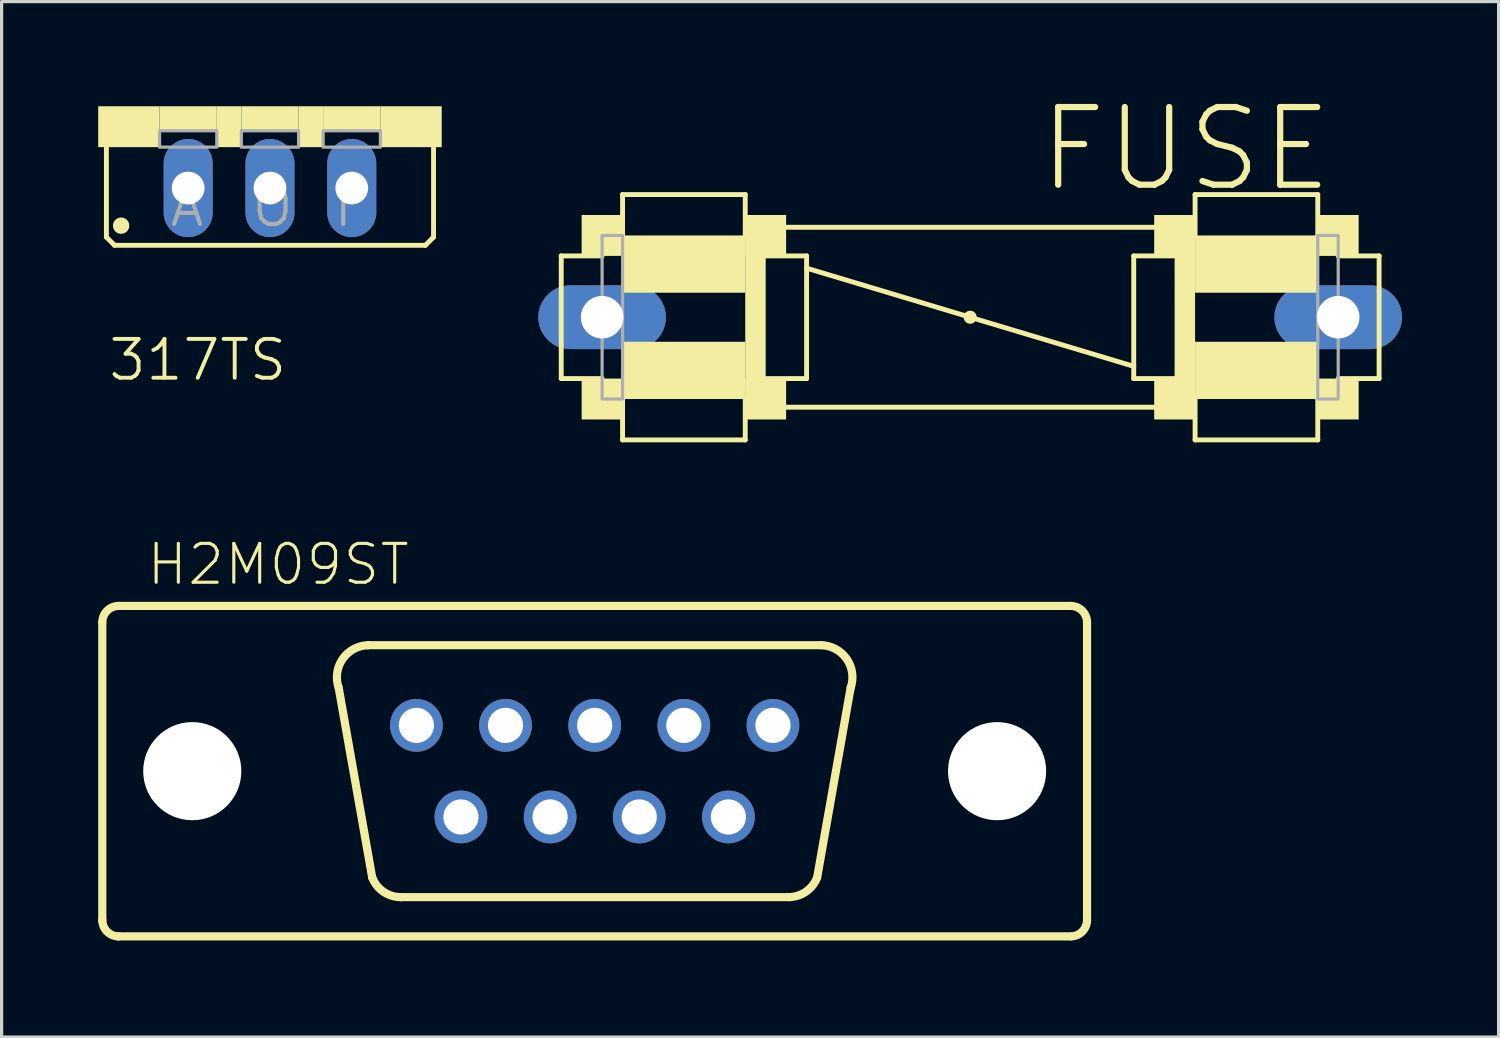
<source format=kicad_pcb>
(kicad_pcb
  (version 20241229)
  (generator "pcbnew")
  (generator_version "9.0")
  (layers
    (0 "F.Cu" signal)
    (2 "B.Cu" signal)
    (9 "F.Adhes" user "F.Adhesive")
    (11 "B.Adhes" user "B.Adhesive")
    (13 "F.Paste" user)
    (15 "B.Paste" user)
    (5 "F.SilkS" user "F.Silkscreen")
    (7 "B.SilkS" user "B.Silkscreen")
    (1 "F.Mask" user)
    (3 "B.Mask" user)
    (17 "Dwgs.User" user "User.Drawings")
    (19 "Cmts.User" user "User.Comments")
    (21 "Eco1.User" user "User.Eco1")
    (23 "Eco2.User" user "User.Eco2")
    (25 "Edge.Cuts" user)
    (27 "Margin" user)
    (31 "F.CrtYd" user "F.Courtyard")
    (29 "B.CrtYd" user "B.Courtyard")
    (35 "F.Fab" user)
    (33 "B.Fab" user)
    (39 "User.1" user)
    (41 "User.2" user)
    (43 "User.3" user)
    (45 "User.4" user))
  (footprint "317TS"
    (layer "F.Cu")
    (at 5.334 0.25)
    (property "Reference" "317TS" (at -5.08 8.585 180) (layer "F.SilkS") (effects (font (size 1.206 1.206) (thickness 0.121)) (justify left bottom)))
    (attr through_hole)
    (fp_line (start -5.08 4.064) (end -5.08 1.143) (stroke (width 0.152) (type solid)) (layer "F.SilkS"))
    (fp_line (start -5.08 4.064) (end -4.826 4.318) (stroke (width 0.152) (type solid)) (layer "F.SilkS"))
    (fp_line (start 4.826 4.318) (end -4.826 4.318) (stroke (width 0.152) (type solid)) (layer "F.SilkS"))
    (fp_line (start 4.826 4.318) (end 5.08 4.064) (stroke (width 0.152) (type solid)) (layer "F.SilkS"))
    (fp_line (start 5.08 1.143) (end 5.08 4.064) (stroke (width 0.152) (type solid)) (layer "F.SilkS"))
    (fp_circle (center -4.623 3.708) (end -4.496 3.708) (stroke (width 0.254) (type solid)) (fill no) (layer "F.SilkS"))
    (fp_poly (pts (xy -5.334 1.27) (xy -3.429 1.27) (xy -3.429 0) (xy -5.334 0)) (stroke (width 0) (type solid)) (fill yes) (layer "F.SilkS"))
    (fp_poly (pts (xy -3.429 0.762) (xy -1.651 0.762) (xy -1.651 0) (xy -3.429 0)) (stroke (width 0) (type solid)) (fill yes) (layer "F.SilkS"))
    (fp_poly (pts (xy -1.651 1.27) (xy -0.889 1.27) (xy -0.889 0) (xy -1.651 0)) (stroke (width 0) (type solid)) (fill yes) (layer "F.SilkS"))
    (fp_poly (pts (xy -0.889 0.762) (xy 0.889 0.762) (xy 0.889 0) (xy -0.889 0)) (stroke (width 0) (type solid)) (fill yes) (layer "F.SilkS"))
    (fp_poly (pts (xy 0.889 1.27) (xy 1.651 1.27) (xy 1.651 0) (xy 0.889 0)) (stroke (width 0) (type solid)) (fill yes) (layer "F.SilkS"))
    (fp_poly (pts (xy 1.651 0.762) (xy 3.429 0.762) (xy 3.429 0) (xy 1.651 0)) (stroke (width 0) (type solid)) (fill yes) (layer "F.SilkS"))
    (fp_poly (pts (xy 3.429 1.27) (xy 5.334 1.27) (xy 5.334 0) (xy 3.429 0)) (stroke (width 0) (type solid)) (fill yes) (layer "F.SilkS"))
    (fp_poly (pts (xy -3.429 1.27) (xy -1.651 1.27) (xy -1.651 0.762) (xy -3.429 0.762)) (stroke (width 0.1) (type solid)) (fill no) (layer "F.Fab"))
    (fp_poly (pts (xy -0.889 1.27) (xy 0.889 1.27) (xy 0.889 0.762) (xy -0.889 0.762)) (stroke (width 0.1) (type solid)) (fill no) (layer "F.Fab"))
    (fp_poly (pts (xy 1.651 1.27) (xy 3.429 1.27) (xy 3.429 0.762) (xy 1.651 0.762)) (stroke (width 0.1) (type solid)) (fill no) (layer "F.Fab"))
    (fp_text user "I" (at 1.905 3.81 0) (layer "F.Fab") (effects (font (size 1.206 1.206) (thickness 0.127)) (justify left bottom)))
    (fp_text user "A" (at -3.175 3.81 0) (layer "F.Fab") (effects (font (size 1.206 1.206) (thickness 0.127)) (justify left bottom)))
    (fp_text user "O" (at -0.635 3.81 0) (layer "F.Fab") (effects (font (size 1.206 1.206) (thickness 0.127)) (justify left bottom)))
    (pad "1" thru_hole oval (at -2.54 2.54 90) (size 3.048 1.524) (drill 1.016) (layers "*.Cu" "*.Mask"))
    (pad "2" thru_hole oval (at 0 2.54 90) (size 3.048 1.524) (drill 1.016) (layers "*.Cu" "*.Mask"))
    (pad "3" thru_hole oval (at 2.54 2.54 90) (size 3.048 1.524) (drill 1.016) (layers "*.Cu" "*.Mask")))
  (footprint "H2M09ST"
    (layer "F.Cu")
    (at 15.418 20.899)
    (property "Reference" "H2M09ST" (at -13.97 -5.715 180) (layer "F.SilkS") (effects (font (size 1.206 1.206) (thickness 0.097)) (justify left bottom)))
    (attr through_hole)
    (fp_line (start -15.291 4.648) (end -15.291 -4.623) (stroke (width 0.254) (type solid)) (layer "F.SilkS"))
    (fp_line (start -14.783 -5.131) (end 14.783 -5.131) (stroke (width 0.254) (type solid)) (layer "F.SilkS"))
    (fp_line (start -6.909 3.302) (end -7.95 -2.591) (stroke (width 0.254) (type solid)) (layer "F.SilkS"))
    (fp_line (start 6.02 3.912) (end -6.02 3.912) (stroke (width 0.254) (type solid)) (layer "F.SilkS"))
    (fp_line (start 6.909 3.302) (end 7.95 -2.591) (stroke (width 0.254) (type solid)) (layer "F.SilkS"))
    (fp_line (start 7.036 -3.912) (end -7.036 -3.912) (stroke (width 0.254) (type solid)) (layer "F.SilkS"))
    (fp_line (start 14.783 5.131) (end -14.808 5.131) (stroke (width 0.254) (type solid)) (layer "F.SilkS"))
    (fp_line (start 15.291 -4.623) (end 15.291 4.623) (stroke (width 0.254) (type solid)) (layer "F.SilkS"))
    (fp_arc (start -15.2908 -4.6228) (mid -15.14201 -4.98201) (end -14.7828 -5.1308) (stroke (width 0.254) (type solid)) (layer "F.SilkS"))
    (fp_arc (start -14.7828 5.1308) (mid -15.14201 4.98201) (end -15.2908 4.6228) (stroke (width 0.254) (type solid)) (layer "F.SilkS"))
    (fp_arc (start -7.9502 -2.5908) (mid -7.828342 -3.483361) (end -7.035798 -3.911601) (stroke (width 0.254) (type solid)) (layer "F.SilkS"))
    (fp_arc (start -6.019799 3.911601) (mid -6.558828 3.744655) (end -6.9088 3.302) (stroke (width 0.254) (type solid)) (layer "F.SilkS"))
    (fp_arc (start 6.908799 3.301999) (mid 6.558828 3.744653) (end 6.0198 3.9116) (stroke (width 0.254) (type solid)) (layer "F.SilkS"))
    (fp_arc (start 7.0358 -3.9116) (mid 7.828343 -3.48336) (end 7.950199 -2.590799) (stroke (width 0.254) (type solid)) (layer "F.SilkS"))
    (fp_arc (start 14.7828 -5.1308) (mid 15.14201 -4.98201) (end 15.2908 -4.6228) (stroke (width 0.254) (type solid)) (layer "F.SilkS"))
    (fp_arc (start 15.2908 4.6228) (mid 15.14201 4.98201) (end 14.7828 5.1308) (stroke (width 0.254) (type solid)) (layer "F.SilkS"))
    (pad "" np_thru_hole circle (at -12.497 0) (size 3.048 3.048) (drill 3.048) (layers "*.Cu" "*.Mask"))
    (pad "" np_thru_hole circle (at 12.497 0) (size 3.048 3.048) (drill 3.048) (layers "*.Cu" "*.Mask"))
    (pad "1" thru_hole circle (at -5.537 -1.422) (size 1.638 1.638) (drill 1.092) (layers "*.Cu" "*.Mask"))
    (pad "2" thru_hole circle (at -2.769 -1.422) (size 1.638 1.638) (drill 1.092) (layers "*.Cu" "*.Mask"))
    (pad "3" thru_hole circle (at 0 -1.422) (size 1.638 1.638) (drill 1.092) (layers "*.Cu" "*.Mask"))
    (pad "4" thru_hole circle (at 2.769 -1.422) (size 1.638 1.638) (drill 1.092) (layers "*.Cu" "*.Mask"))
    (pad "5" thru_hole circle (at 5.537 -1.422) (size 1.638 1.638) (drill 1.092) (layers "*.Cu" "*.Mask"))
    (pad "6" thru_hole circle (at -4.153 1.422) (size 1.638 1.638) (drill 1.092) (layers "*.Cu" "*.Mask"))
    (pad "7" thru_hole circle (at -1.384 1.422) (size 1.638 1.638) (drill 1.092) (layers "*.Cu" "*.Mask"))
    (pad "8" thru_hole circle (at 1.384 1.422) (size 1.638 1.638) (drill 1.092) (layers "*.Cu" "*.Mask"))
    (pad "9" thru_hole circle (at 4.153 1.422) (size 1.638 1.638) (drill 1.092) (layers "*.Cu" "*.Mask")))
  (footprint "FUSE"
    (layer "F.Cu")
    (at 27.079 6.802)
    (property "Reference" "FUSE" (at 2.032 -3.81 180) (layer "F.SilkS") (effects (font (size 2.413 2.413) (thickness 0.193)) (justify left bottom)))
    (attr through_hole)
    (fp_line (start -12.7 1.905) (end -12.7 -1.905) (stroke (width 0.152) (type solid)) (layer "F.SilkS"))
    (fp_line (start -12.7 1.905) (end -11.43 1.905) (stroke (width 0.152) (type solid)) (layer "F.SilkS"))
    (fp_line (start -11.43 -1.905) (end -12.7 -1.905) (stroke (width 0.152) (type solid)) (layer "F.SilkS"))
    (fp_line (start -10.795 -3.81) (end -6.985 -3.81) (stroke (width 0.152) (type solid)) (layer "F.SilkS"))
    (fp_line (start -10.795 -2.54) (end -10.795 -3.81) (stroke (width 0.152) (type solid)) (layer "F.SilkS"))
    (fp_line (start -10.795 2.54) (end -10.795 3.81) (stroke (width 0.152) (type solid)) (layer "F.SilkS"))
    (fp_line (start -6.985 -2.54) (end -6.985 -3.81) (stroke (width 0.152) (type solid)) (layer "F.SilkS"))
    (fp_line (start -6.985 3.81) (end -10.795 3.81) (stroke (width 0.152) (type solid)) (layer "F.SilkS"))
    (fp_line (start -6.985 3.81) (end -6.985 2.54) (stroke (width 0.152) (type solid)) (layer "F.SilkS"))
    (fp_line (start -6.35 -1.905) (end -5.08 -1.905) (stroke (width 0.152) (type solid)) (layer "F.SilkS"))
    (fp_line (start -5.715 -2.794) (end 5.715 -2.794) (stroke (width 0.152) (type solid)) (layer "F.SilkS"))
    (fp_line (start -5.715 2.794) (end 5.715 2.794) (stroke (width 0.152) (type solid)) (layer "F.SilkS"))
    (fp_line (start -5.08 -1.905) (end -5.08 -1.524) (stroke (width 0.152) (type solid)) (layer "F.SilkS"))
    (fp_line (start -5.08 -1.524) (end -5.08 1.905) (stroke (width 0.152) (type solid)) (layer "F.SilkS"))
    (fp_line (start -5.08 -1.524) (end 5.08 1.524) (stroke (width 0.152) (type solid)) (layer "F.SilkS"))
    (fp_line (start -5.08 1.905) (end -6.35 1.905) (stroke (width 0.152) (type solid)) (layer "F.SilkS"))
    (fp_line (start 5.08 1.524) (end 5.08 -1.905) (stroke (width 0.152) (type solid)) (layer "F.SilkS"))
    (fp_line (start 5.08 1.905) (end 5.08 1.524) (stroke (width 0.152) (type solid)) (layer "F.SilkS"))
    (fp_line (start 5.08 1.905) (end 6.35 1.905) (stroke (width 0.152) (type solid)) (layer "F.SilkS"))
    (fp_line (start 6.35 -1.905) (end 5.08 -1.905) (stroke (width 0.152) (type solid)) (layer "F.SilkS"))
    (fp_line (start 6.985 -3.81) (end 10.795 -3.81) (stroke (width 0.152) (type solid)) (layer "F.SilkS"))
    (fp_line (start 6.985 -2.54) (end 6.985 -3.81) (stroke (width 0.152) (type solid)) (layer "F.SilkS"))
    (fp_line (start 6.985 2.54) (end 6.985 3.81) (stroke (width 0.152) (type solid)) (layer "F.SilkS"))
    (fp_line (start 10.795 -2.54) (end 10.795 -3.81) (stroke (width 0.152) (type solid)) (layer "F.SilkS"))
    (fp_line (start 10.795 3.81) (end 6.985 3.81) (stroke (width 0.152) (type solid)) (layer "F.SilkS"))
    (fp_line (start 10.795 3.81) (end 10.795 2.54) (stroke (width 0.152) (type solid)) (layer "F.SilkS"))
    (fp_line (start 11.43 -1.905) (end 12.7 -1.905) (stroke (width 0.152) (type solid)) (layer "F.SilkS"))
    (fp_line (start 12.7 -1.905) (end 12.7 1.905) (stroke (width 0.152) (type solid)) (layer "F.SilkS"))
    (fp_line (start 12.7 1.905) (end 11.43 1.905) (stroke (width 0.152) (type solid)) (layer "F.SilkS"))
    (fp_circle (center 0 0) (end 0.127 0) (stroke (width 0.152) (type solid)) (fill no) (layer "F.SilkS"))
    (fp_poly (pts (xy -12.065 -1.905) (xy -10.795 -1.905) (xy -10.795 -3.175) (xy -12.065 -3.175)) (stroke (width 0) (type solid)) (fill yes) (layer "F.SilkS"))
    (fp_poly (pts (xy -12.065 3.175) (xy -10.795 3.175) (xy -10.795 1.905) (xy -12.065 1.905)) (stroke (width 0) (type solid)) (fill yes) (layer "F.SilkS"))
    (fp_poly (pts (xy -10.795 -0.762) (xy -6.985 -0.762) (xy -6.985 -2.54) (xy -10.795 -2.54)) (stroke (width 0) (type solid)) (fill yes) (layer "F.SilkS"))
    (fp_poly (pts (xy -10.795 2.54) (xy -6.985 2.54) (xy -6.985 0.762) (xy -10.795 0.762)) (stroke (width 0) (type solid)) (fill yes) (layer "F.SilkS"))
    (fp_poly (pts (xy -6.985 -1.905) (xy -5.715 -1.905) (xy -5.715 -3.175) (xy -6.985 -3.175)) (stroke (width 0) (type solid)) (fill yes) (layer "F.SilkS"))
    (fp_poly (pts (xy -6.985 2.54) (xy -6.35 2.54) (xy -6.35 -2.54) (xy -6.985 -2.54)) (stroke (width 0) (type solid)) (fill yes) (layer "F.SilkS"))
    (fp_poly (pts (xy -6.985 3.175) (xy -5.715 3.175) (xy -5.715 1.905) (xy -6.985 1.905)) (stroke (width 0) (type solid)) (fill yes) (layer "F.SilkS"))
    (fp_poly (pts (xy 5.715 -1.905) (xy 6.985 -1.905) (xy 6.985 -3.175) (xy 5.715 -3.175)) (stroke (width 0) (type solid)) (fill yes) (layer "F.SilkS"))
    (fp_poly (pts (xy 5.715 3.175) (xy 6.985 3.175) (xy 6.985 1.905) (xy 5.715 1.905)) (stroke (width 0) (type solid)) (fill yes) (layer "F.SilkS"))
    (fp_poly (pts (xy 6.35 2.54) (xy 6.985 2.54) (xy 6.985 -2.54) (xy 6.35 -2.54)) (stroke (width 0) (type solid)) (fill yes) (layer "F.SilkS"))
    (fp_poly (pts (xy 6.985 -0.762) (xy 10.795 -0.762) (xy 10.795 -2.54) (xy 6.985 -2.54)) (stroke (width 0) (type solid)) (fill yes) (layer "F.SilkS"))
    (fp_poly (pts (xy 6.985 2.54) (xy 10.795 2.54) (xy 10.795 0.762) (xy 6.985 0.762)) (stroke (width 0) (type solid)) (fill yes) (layer "F.SilkS"))
    (fp_poly (pts (xy 10.795 -1.905) (xy 12.065 -1.905) (xy 12.065 -3.175) (xy 10.795 -3.175)) (stroke (width 0) (type solid)) (fill yes) (layer "F.SilkS"))
    (fp_poly (pts (xy 10.795 3.175) (xy 12.065 3.175) (xy 12.065 1.905) (xy 10.795 1.905)) (stroke (width 0) (type solid)) (fill yes) (layer "F.SilkS"))
    (fp_poly (pts (xy -11.43 2.54) (xy -10.795 2.54) (xy -10.795 -2.54) (xy -11.43 -2.54)) (stroke (width 0.1) (type solid)) (fill no) (layer "F.Fab"))
    (fp_poly (pts (xy 10.795 2.54) (xy 11.43 2.54) (xy 11.43 -2.54) (xy 10.795 -2.54)) (stroke (width 0.1) (type solid)) (fill no) (layer "F.Fab"))
    (pad "1" thru_hole oval (at -11.43 0) (size 3.962 1.981) (drill 1.321) (layers "*.Cu" "*.Mask"))
    (pad "2" thru_hole oval (at 11.43 0) (size 3.962 1.981) (drill 1.321) (layers "*.Cu" "*.Mask")))
  (gr_rect
    (start -3 -3)
    (end 43.49 29.157)
    (stroke (width 0.1) (type default))
    (fill no)
    (layer "Edge.Cuts")))
</source>
